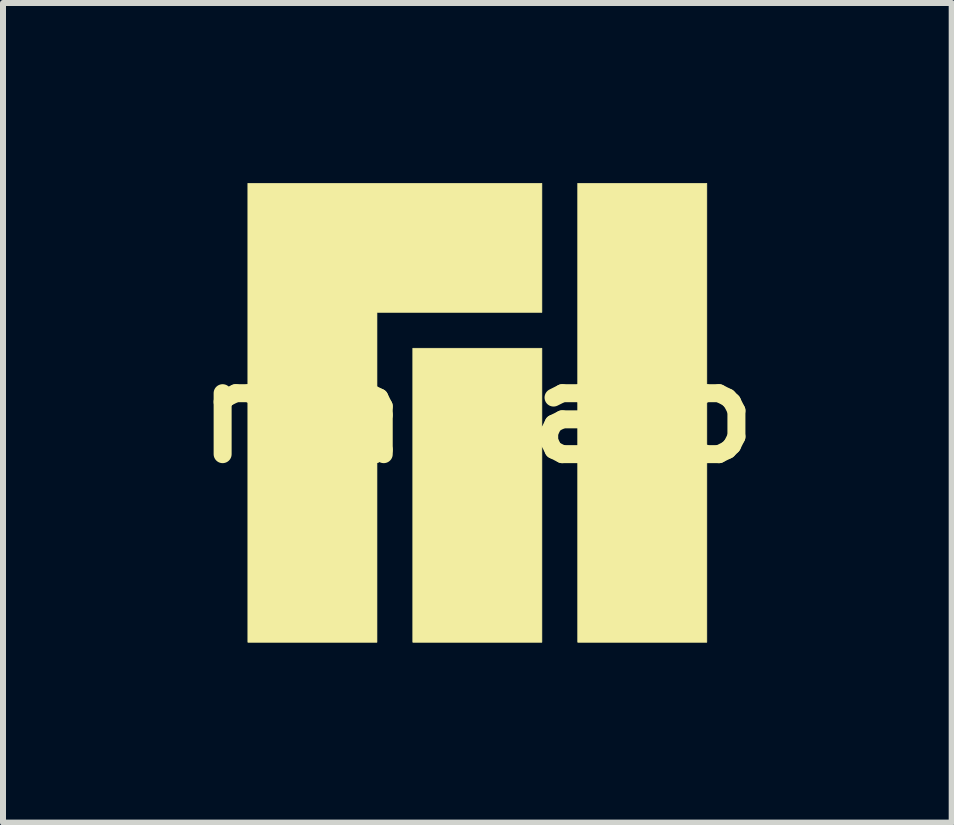
<source format=kicad_pcb>
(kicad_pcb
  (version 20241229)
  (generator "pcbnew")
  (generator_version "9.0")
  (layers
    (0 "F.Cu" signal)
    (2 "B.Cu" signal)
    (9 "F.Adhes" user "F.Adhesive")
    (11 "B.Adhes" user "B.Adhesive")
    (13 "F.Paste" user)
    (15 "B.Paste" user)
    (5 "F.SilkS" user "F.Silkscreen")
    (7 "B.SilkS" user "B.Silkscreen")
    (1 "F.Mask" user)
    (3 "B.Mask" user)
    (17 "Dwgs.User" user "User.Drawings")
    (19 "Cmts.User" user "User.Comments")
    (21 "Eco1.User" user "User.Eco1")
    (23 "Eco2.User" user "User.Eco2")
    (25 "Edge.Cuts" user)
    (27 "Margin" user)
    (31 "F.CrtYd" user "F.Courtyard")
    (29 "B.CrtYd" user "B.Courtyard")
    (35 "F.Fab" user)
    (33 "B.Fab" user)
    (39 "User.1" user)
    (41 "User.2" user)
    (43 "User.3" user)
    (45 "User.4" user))
  (footprint "manjaro"
    (layer "F.Cu")
    (at 4.906 3.83)
    (property "Reference" "manjaro" (at 0 0 0) (layer "F.SilkS") (effects (font (size 1.524 1.524) (thickness 0.3))))
    (attr through_hole)
    (fp_poly (pts (xy 1.076 3.825) (xy -1.076 3.825) (xy -1.076 -1.076) (xy 1.076 -1.076) (xy 1.076 3.825)) (stroke (width 0.01) (type solid)) (fill yes) (layer "F.SilkS"))
    (fp_poly (pts (xy 3.825 3.825) (xy 1.673 3.825) (xy 1.673 -3.825) (xy 3.825 -3.825) (xy 3.825 3.825)) (stroke (width 0.01) (type solid)) (fill yes) (layer "F.SilkS"))
    (fp_poly (pts (xy 1.076 -1.673) (xy -1.673 -1.673) (xy -1.673 3.825) (xy -3.825 3.825) (xy -3.825 -3.825) (xy 1.076 -3.825) (xy 1.076 -1.673)) (stroke (width 0.01) (type solid)) (fill yes) (layer "F.SilkS")))
  (gr_rect
    (start -3 -3)
    (end 12.812 10.66)
    (stroke (width 0.1) (type default))
    (fill no)
    (layer "Edge.Cuts")))
</source>
